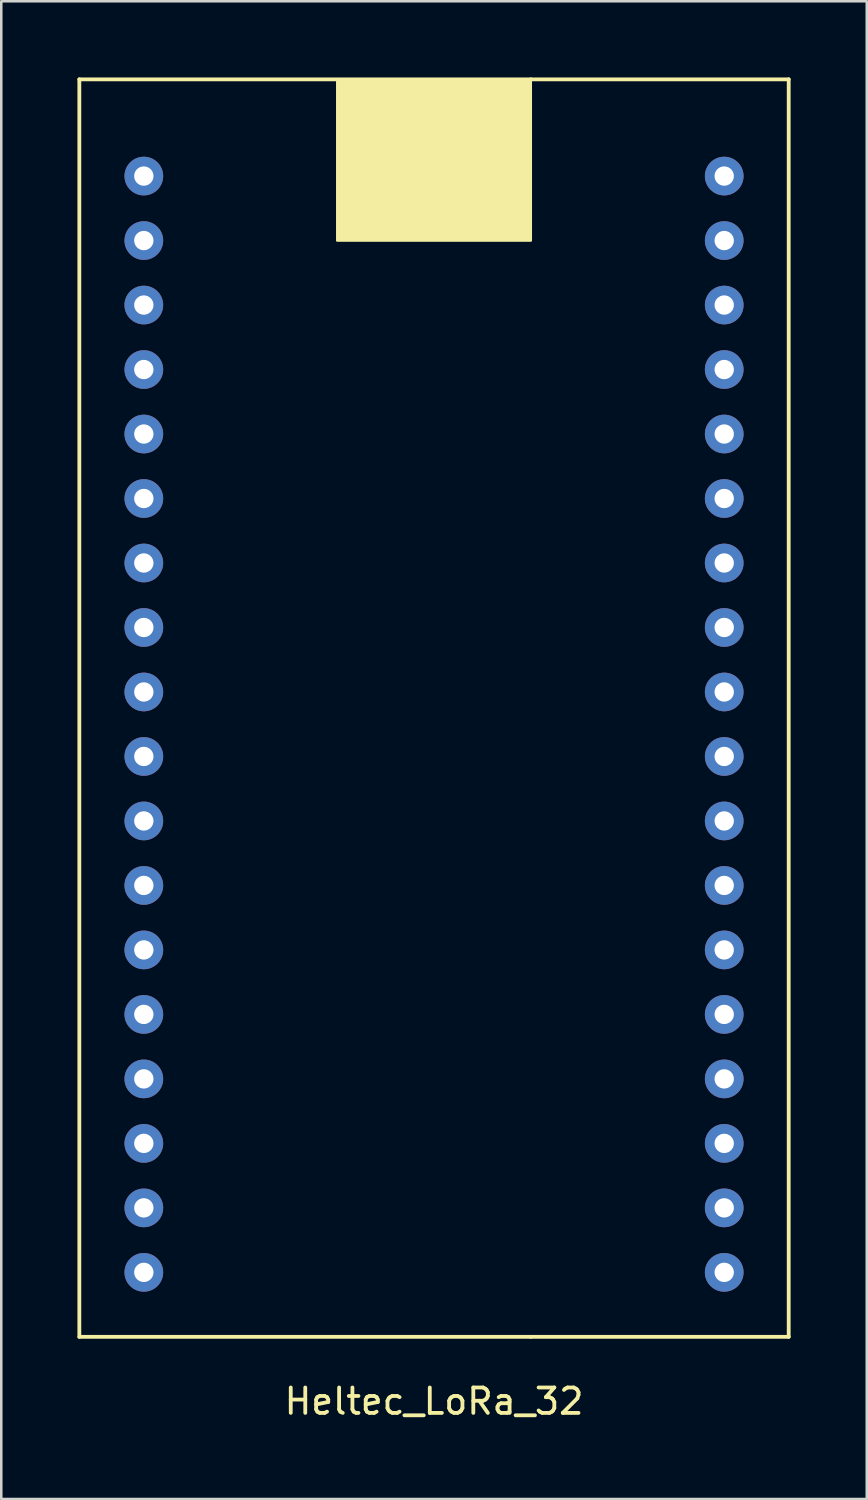
<source format=kicad_pcb>
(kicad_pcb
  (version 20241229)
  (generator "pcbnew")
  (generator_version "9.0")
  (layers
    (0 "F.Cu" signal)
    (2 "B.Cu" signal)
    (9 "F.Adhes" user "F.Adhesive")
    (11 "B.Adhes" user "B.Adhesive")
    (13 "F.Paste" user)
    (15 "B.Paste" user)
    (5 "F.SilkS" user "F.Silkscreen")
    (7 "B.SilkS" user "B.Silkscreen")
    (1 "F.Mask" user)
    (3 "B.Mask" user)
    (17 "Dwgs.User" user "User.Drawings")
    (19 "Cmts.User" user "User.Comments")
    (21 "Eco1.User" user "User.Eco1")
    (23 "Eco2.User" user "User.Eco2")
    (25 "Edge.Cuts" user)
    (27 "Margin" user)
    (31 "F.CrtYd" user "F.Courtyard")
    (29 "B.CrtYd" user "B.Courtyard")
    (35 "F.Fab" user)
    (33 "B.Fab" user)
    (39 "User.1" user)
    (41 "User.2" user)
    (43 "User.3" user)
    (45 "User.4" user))
  (footprint "Heltec_LoRa_32"
    (layer "F.Cu")
    (at 11.505 16.585)
    (property "Reference" "Heltec_LoRa_32" (at 2.54 35.56 0) (layer "F.SilkS") (effects (font (size 1 1) (thickness 0.15))))
    (attr through_hole)
    (fp_line (start -11.43 -16.51) (end 6.35 -16.51) (stroke (width 0.15) (type solid)) (layer "F.SilkS"))
    (fp_line (start -11.43 33.02) (end -11.43 -16.51) (stroke (width 0.15) (type solid)) (layer "F.SilkS"))
    (fp_line (start 6.35 -16.51) (end 16.51 -16.51) (stroke (width 0.15) (type solid)) (layer "F.SilkS"))
    (fp_line (start 6.35 33.02) (end -11.43 33.02) (stroke (width 0.15) (type solid)) (layer "F.SilkS"))
    (fp_line (start 6.35 33.02) (end 16.51 33.02) (stroke (width 0.15) (type solid)) (layer "F.SilkS"))
    (fp_line (start 16.51 -16.51) (end 16.51 33.02) (stroke (width 0.15) (type solid)) (layer "F.SilkS"))
    (fp_poly (pts (xy -1.27 -10.16) (xy -1.27 -16.51) (xy 6.35 -16.51) (xy 6.35 -10.16)) (stroke (width 0.1) (type solid)) (fill yes) (layer "F.SilkS"))
    (pad "1" thru_hole circle (at -8.89 -12.7) (size 1.524 1.524) (drill 0.762) (layers "*.Cu" "*.Mask"))
    (pad "2" thru_hole circle (at -8.89 -10.16) (size 1.524 1.524) (drill 0.762) (layers "*.Cu" "*.Mask"))
    (pad "3" thru_hole circle (at -8.89 -7.62) (size 1.524 1.524) (drill 0.762) (layers "*.Cu" "*.Mask"))
    (pad "4" thru_hole circle (at -8.89 -5.08) (size 1.524 1.524) (drill 0.762) (layers "*.Cu" "*.Mask"))
    (pad "5" thru_hole circle (at -8.89 -2.54) (size 1.524 1.524) (drill 0.762) (layers "*.Cu" "*.Mask"))
    (pad "6" thru_hole circle (at -8.89 0) (size 1.524 1.524) (drill 0.762) (layers "*.Cu" "*.Mask"))
    (pad "7" thru_hole circle (at -8.89 2.54) (size 1.524 1.524) (drill 0.762) (layers "*.Cu" "*.Mask"))
    (pad "8" thru_hole circle (at -8.89 5.08) (size 1.524 1.524) (drill 0.762) (layers "*.Cu" "*.Mask"))
    (pad "9" thru_hole circle (at -8.89 7.62) (size 1.524 1.524) (drill 0.762) (layers "*.Cu" "*.Mask"))
    (pad "10" thru_hole circle (at -8.89 10.16) (size 1.524 1.524) (drill 0.762) (layers "*.Cu" "*.Mask"))
    (pad "11" thru_hole circle (at -8.89 12.7) (size 1.524 1.524) (drill 0.762) (layers "*.Cu" "*.Mask"))
    (pad "12" thru_hole circle (at -8.89 15.24) (size 1.524 1.524) (drill 0.762) (layers "*.Cu" "*.Mask"))
    (pad "13" thru_hole circle (at -8.89 17.78) (size 1.524 1.524) (drill 0.762) (layers "*.Cu" "*.Mask"))
    (pad "14" thru_hole circle (at -8.89 20.32) (size 1.524 1.524) (drill 0.762) (layers "*.Cu" "*.Mask"))
    (pad "15" thru_hole circle (at -8.89 22.86) (size 1.524 1.524) (drill 0.762) (layers "*.Cu" "*.Mask"))
    (pad "16" thru_hole circle (at -8.89 25.4) (size 1.524 1.524) (drill 0.762) (layers "*.Cu" "*.Mask"))
    (pad "17" thru_hole circle (at -8.89 27.94) (size 1.524 1.524) (drill 0.762) (layers "*.Cu" "*.Mask"))
    (pad "18" thru_hole circle (at -8.89 30.48) (size 1.524 1.524) (drill 0.762) (layers "*.Cu" "*.Mask"))
    (pad "19" thru_hole circle (at 13.97 30.48) (size 1.524 1.524) (drill 0.762) (layers "*.Cu" "*.Mask"))
    (pad "20" thru_hole circle (at 13.97 27.94) (size 1.524 1.524) (drill 0.762) (layers "*.Cu" "*.Mask"))
    (pad "21" thru_hole circle (at 13.97 25.4) (size 1.524 1.524) (drill 0.762) (layers "*.Cu" "*.Mask"))
    (pad "22" thru_hole circle (at 13.97 22.86) (size 1.524 1.524) (drill 0.762) (layers "*.Cu" "*.Mask"))
    (pad "23" thru_hole circle (at 13.97 20.32) (size 1.524 1.524) (drill 0.762) (layers "*.Cu" "*.Mask"))
    (pad "24" thru_hole circle (at 13.97 17.78) (size 1.524 1.524) (drill 0.762) (layers "*.Cu" "*.Mask"))
    (pad "25" thru_hole circle (at 13.97 15.24) (size 1.524 1.524) (drill 0.762) (layers "*.Cu" "*.Mask"))
    (pad "26" thru_hole circle (at 13.97 12.7) (size 1.524 1.524) (drill 0.762) (layers "*.Cu" "*.Mask"))
    (pad "27" thru_hole circle (at 13.97 10.16) (size 1.524 1.524) (drill 0.762) (layers "*.Cu" "*.Mask"))
    (pad "28" thru_hole circle (at 13.97 7.62) (size 1.524 1.524) (drill 0.762) (layers "*.Cu" "*.Mask"))
    (pad "29" thru_hole circle (at 13.97 5.08) (size 1.524 1.524) (drill 0.762) (layers "*.Cu" "*.Mask"))
    (pad "30" thru_hole circle (at 13.97 2.54) (size 1.524 1.524) (drill 0.762) (layers "*.Cu" "*.Mask"))
    (pad "31" thru_hole circle (at 13.97 0) (size 1.524 1.524) (drill 0.762) (layers "*.Cu" "*.Mask"))
    (pad "32" thru_hole circle (at 13.97 -2.54) (size 1.524 1.524) (drill 0.762) (layers "*.Cu" "*.Mask"))
    (pad "33" thru_hole circle (at 13.97 -5.08) (size 1.524 1.524) (drill 0.762) (layers "*.Cu" "*.Mask"))
    (pad "34" thru_hole circle (at 13.97 -7.62) (size 1.524 1.524) (drill 0.762) (layers "*.Cu" "*.Mask"))
    (pad "35" thru_hole circle (at 13.97 -10.16) (size 1.524 1.524) (drill 0.762) (layers "*.Cu" "*.Mask"))
    (pad "36" thru_hole circle (at 13.97 -12.7) (size 1.524 1.524) (drill 0.762) (layers "*.Cu" "*.Mask")))
  (gr_rect
    (start -3 -3)
    (end 31.09 55.993)
    (stroke (width 0.1) (type default))
    (fill no)
    (layer "Edge.Cuts")))
</source>
